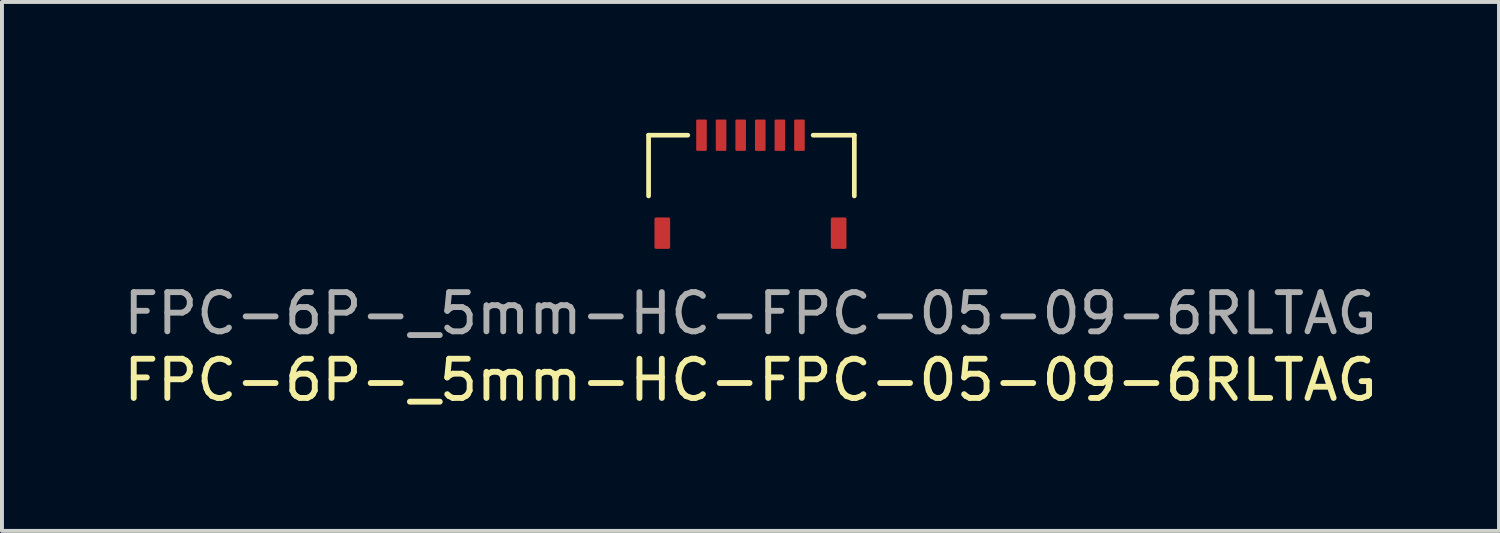
<source format=kicad_pcb>
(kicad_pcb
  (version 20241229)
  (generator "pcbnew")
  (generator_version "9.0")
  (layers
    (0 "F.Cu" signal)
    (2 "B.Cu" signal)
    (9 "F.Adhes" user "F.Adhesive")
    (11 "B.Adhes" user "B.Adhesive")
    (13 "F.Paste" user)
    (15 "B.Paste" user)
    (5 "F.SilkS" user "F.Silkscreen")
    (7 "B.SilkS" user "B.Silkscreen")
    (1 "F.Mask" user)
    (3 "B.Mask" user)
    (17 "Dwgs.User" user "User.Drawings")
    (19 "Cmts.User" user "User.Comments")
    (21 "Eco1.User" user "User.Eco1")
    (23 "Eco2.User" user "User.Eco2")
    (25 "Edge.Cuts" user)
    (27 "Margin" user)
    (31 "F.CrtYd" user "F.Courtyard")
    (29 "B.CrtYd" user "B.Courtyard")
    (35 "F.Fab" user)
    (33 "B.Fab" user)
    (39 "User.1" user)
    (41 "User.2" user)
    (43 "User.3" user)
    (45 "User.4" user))
  (footprint "FPC-6P-_5mm-HC-FPC-05-09-6RLTAG"
    (layer "F.Cu")
    (at 16.101 2.45)
    (property "Reference" "FPC-6P-_5mm-HC-FPC-05-09-6RLTAG" (at 0 4.2 0) (unlocked yes) (layer "F.SilkS") (effects (font (size 1 1) (thickness 0.15))))
    (attr smd)
    (fp_line (start -2.6 -2.05) (end -1.6 -2.05) (stroke (width 0.12) (type solid)) (layer "F.SilkS"))
    (fp_line (start -2.6 -0.5) (end -2.6 -2.05) (stroke (width 0.12) (type solid)) (layer "F.SilkS"))
    (fp_line (start 1.6 -2.05) (end 2.65 -2.05) (stroke (width 0.12) (type solid)) (layer "F.SilkS"))
    (fp_line (start 2.65 -2.05) (end 2.65 -0.5) (stroke (width 0.12) (type solid)) (layer "F.SilkS"))
    (fp_text user "${REFERENCE}" (at 0 2.5 0) (unlocked yes) (layer "F.Fab") (effects (font (size 1 1) (thickness 0.15))))
    (pad "1" smd roundrect (at -1.25 -2.05 180) (size 0.27 0.8) (layers "F.Cu" "F.Mask" "F.Paste") (roundrect_rratio 0.1))
    (pad "2" smd roundrect (at -0.75 -2.05 180) (size 0.27 0.8) (layers "F.Cu" "F.Mask" "F.Paste") (roundrect_rratio 0.1))
    (pad "3" smd roundrect (at -0.25 -2.05 180) (size 0.27 0.8) (layers "F.Cu" "F.Mask" "F.Paste") (roundrect_rratio 0.1))
    (pad "4" smd roundrect (at 0.25 -2.05 180) (size 0.27 0.8) (layers "F.Cu" "F.Mask" "F.Paste") (roundrect_rratio 0.1))
    (pad "5" smd roundrect (at 0.75 -2.05 180) (size 0.27 0.8) (layers "F.Cu" "F.Mask" "F.Paste") (roundrect_rratio 0.1))
    (pad "6" smd roundrect (at 1.25 -2.05 180) (size 0.27 0.8) (layers "F.Cu" "F.Mask" "F.Paste") (roundrect_rratio 0.1))
    (pad "7" smd roundrect (at -2.25 0.45 180) (size 0.4 0.8) (layers "F.Cu" "F.Mask" "F.Paste") (roundrect_rratio 0.1))
    (pad "8" smd roundrect (at 2.25 0.45 180) (size 0.4 0.8) (layers "F.Cu" "F.Mask" "F.Paste") (roundrect_rratio 0.1)))
  (gr_rect
    (start -3 -3)
    (end 35.202 10.498)
    (stroke (width 0.1) (type default))
    (fill no)
    (layer "Edge.Cuts")))
</source>
